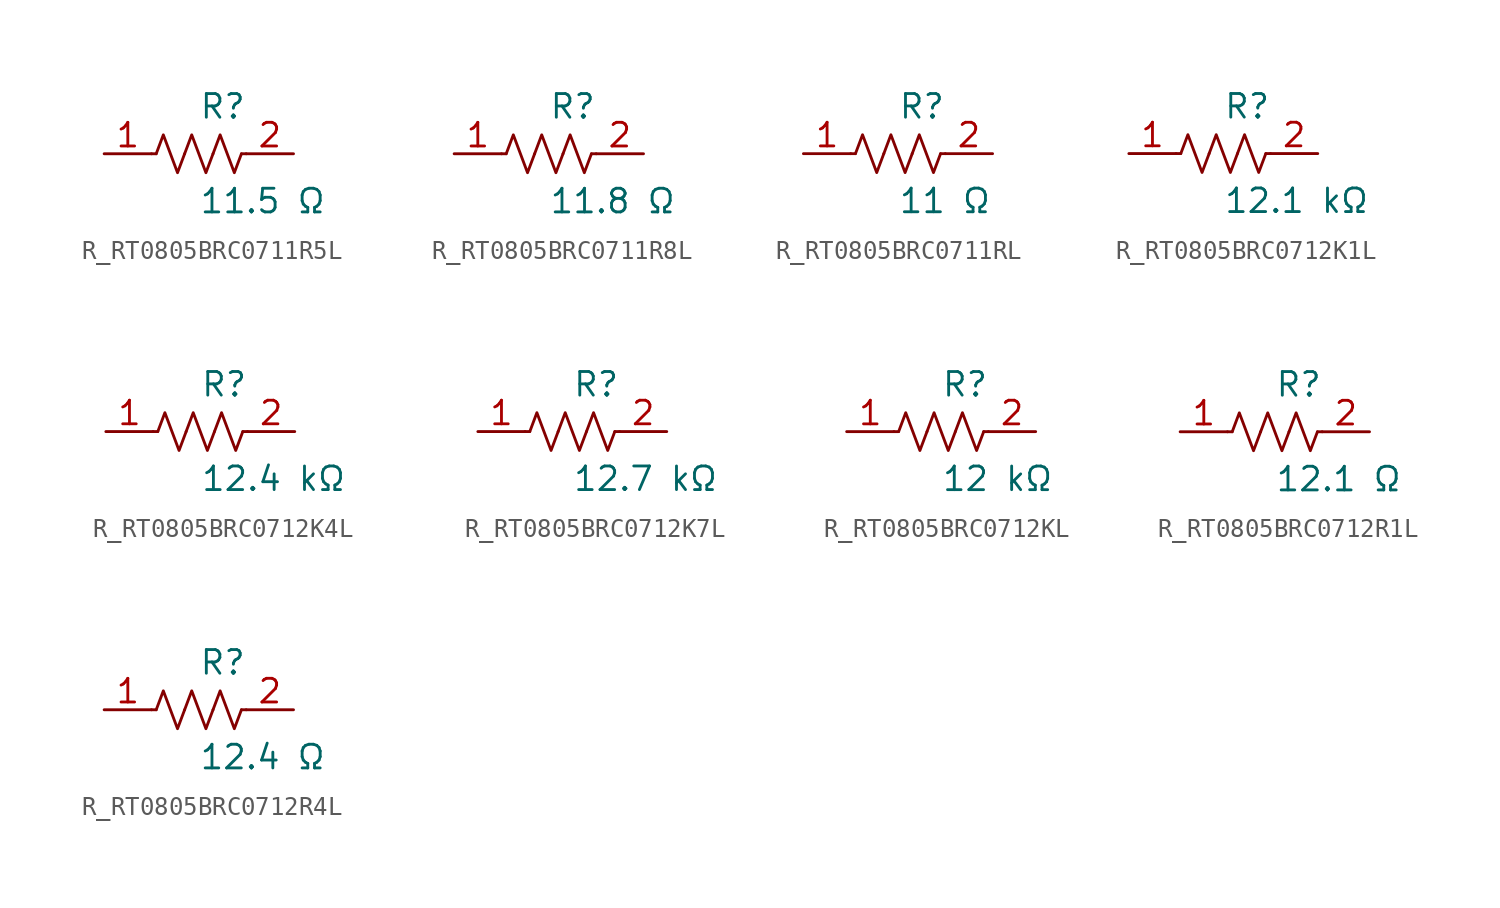
<source format=kicad_sym>
(kicad_symbol_lib
  (version 20231120)
  (generator kicad_symbol_editor)
  (generator_version 8.0)
  (symbol "R_RT0805BRC0711R5L"
    (pin_names
      (offset 0.254))
    (property "Reference" "R"
      (at 0 2.54 0)
      (effects (font (size 1.27 1.27)) (justify left)))
    (property "Value" "11.5 Ω"
      (at 0 -2.54 0)
      (effects (font (size 1.27 1.27)) (justify left)))
    (symbol "R_RT0805BRC0711R5L_0_1"
      (polyline (pts (xy 2.286 0) (xy 2.54 0)) (stroke (width 0) (type default)) (fill (type none)))
      (polyline (pts (xy -2.286 0) (xy -2.54 0)) (stroke (width 0) (type default)) (fill (type none)))
      (polyline (pts (xy 0.762 0) (xy 1.143 1.016) (xy 1.524 0) (xy 1.905 -1.016) (xy 2.286 0)) (stroke (width 0) (type default)) (fill (type none)))
      (polyline (pts (xy -0.762 0) (xy -0.381 1.016) (xy 0 0) (xy 0.381 -1.016) (xy 0.762 0)) (stroke (width 0) (type default)) (fill (type none)))
      (polyline (pts (xy -2.286 0) (xy -1.905 1.016) (xy -1.524 0) (xy -1.143 -1.016) (xy -0.762 0)) (stroke (width 0) (type default)) (fill (type none))))
    (pin unspecified line
      (at -5.08 0 0)
      (length 2.54)
      (name "" (effects (font (size 1.27 1.27))))
      (number "1" (effects (font (size 1.27 1.27)))))
    (pin unspecified line
      (at 5.08 0 180)
      (length 2.54)
      (name "" (effects (font (size 1.27 1.27))))
      (number "2" (effects (font (size 1.27 1.27))))))
  (symbol "R_RT0805BRC0711R8L"
    (pin_names
      (offset 0.254))
    (property "Reference" "R"
      (at 0 2.54 0)
      (effects (font (size 1.27 1.27)) (justify left)))
    (property "Value" "11.8 Ω"
      (at 0 -2.54 0)
      (effects (font (size 1.27 1.27)) (justify left)))
    (symbol "R_RT0805BRC0711R8L_0_1"
      (polyline (pts (xy 2.286 0) (xy 2.54 0)) (stroke (width 0) (type default)) (fill (type none)))
      (polyline (pts (xy -2.286 0) (xy -2.54 0)) (stroke (width 0) (type default)) (fill (type none)))
      (polyline (pts (xy 0.762 0) (xy 1.143 1.016) (xy 1.524 0) (xy 1.905 -1.016) (xy 2.286 0)) (stroke (width 0) (type default)) (fill (type none)))
      (polyline (pts (xy -0.762 0) (xy -0.381 1.016) (xy 0 0) (xy 0.381 -1.016) (xy 0.762 0)) (stroke (width 0) (type default)) (fill (type none)))
      (polyline (pts (xy -2.286 0) (xy -1.905 1.016) (xy -1.524 0) (xy -1.143 -1.016) (xy -0.762 0)) (stroke (width 0) (type default)) (fill (type none))))
    (pin unspecified line
      (at -5.08 0 0)
      (length 2.54)
      (name "" (effects (font (size 1.27 1.27))))
      (number "1" (effects (font (size 1.27 1.27)))))
    (pin unspecified line
      (at 5.08 0 180)
      (length 2.54)
      (name "" (effects (font (size 1.27 1.27))))
      (number "2" (effects (font (size 1.27 1.27))))))
  (symbol "R_RT0805BRC0711RL"
    (pin_names
      (offset 0.254))
    (property "Reference" "R"
      (at 0 2.54 0)
      (effects (font (size 1.27 1.27)) (justify left)))
    (property "Value" "11 Ω"
      (at 0 -2.54 0)
      (effects (font (size 1.27 1.27)) (justify left)))
    (symbol "R_RT0805BRC0711RL_0_1"
      (polyline (pts (xy 2.286 0) (xy 2.54 0)) (stroke (width 0) (type default)) (fill (type none)))
      (polyline (pts (xy -2.286 0) (xy -2.54 0)) (stroke (width 0) (type default)) (fill (type none)))
      (polyline (pts (xy 0.762 0) (xy 1.143 1.016) (xy 1.524 0) (xy 1.905 -1.016) (xy 2.286 0)) (stroke (width 0) (type default)) (fill (type none)))
      (polyline (pts (xy -0.762 0) (xy -0.381 1.016) (xy 0 0) (xy 0.381 -1.016) (xy 0.762 0)) (stroke (width 0) (type default)) (fill (type none)))
      (polyline (pts (xy -2.286 0) (xy -1.905 1.016) (xy -1.524 0) (xy -1.143 -1.016) (xy -0.762 0)) (stroke (width 0) (type default)) (fill (type none))))
    (pin unspecified line
      (at -5.08 0 0)
      (length 2.54)
      (name "" (effects (font (size 1.27 1.27))))
      (number "1" (effects (font (size 1.27 1.27)))))
    (pin unspecified line
      (at 5.08 0 180)
      (length 2.54)
      (name "" (effects (font (size 1.27 1.27))))
      (number "2" (effects (font (size 1.27 1.27))))))
  (symbol "R_RT0805BRC0712K1L"
    (pin_names
      (offset 0.254))
    (property "Reference" "R"
      (at 0 2.54 0)
      (effects (font (size 1.27 1.27)) (justify left)))
    (property "Value" "12.1 kΩ"
      (at 0 -2.54 0)
      (effects (font (size 1.27 1.27)) (justify left)))
    (symbol "R_RT0805BRC0712K1L_0_1"
      (polyline (pts (xy 2.286 0) (xy 2.54 0)) (stroke (width 0) (type default)) (fill (type none)))
      (polyline (pts (xy -2.286 0) (xy -2.54 0)) (stroke (width 0) (type default)) (fill (type none)))
      (polyline (pts (xy 0.762 0) (xy 1.143 1.016) (xy 1.524 0) (xy 1.905 -1.016) (xy 2.286 0)) (stroke (width 0) (type default)) (fill (type none)))
      (polyline (pts (xy -0.762 0) (xy -0.381 1.016) (xy 0 0) (xy 0.381 -1.016) (xy 0.762 0)) (stroke (width 0) (type default)) (fill (type none)))
      (polyline (pts (xy -2.286 0) (xy -1.905 1.016) (xy -1.524 0) (xy -1.143 -1.016) (xy -0.762 0)) (stroke (width 0) (type default)) (fill (type none))))
    (pin unspecified line
      (at -5.08 0 0)
      (length 2.54)
      (name "" (effects (font (size 1.27 1.27))))
      (number "1" (effects (font (size 1.27 1.27)))))
    (pin unspecified line
      (at 5.08 0 180)
      (length 2.54)
      (name "" (effects (font (size 1.27 1.27))))
      (number "2" (effects (font (size 1.27 1.27))))))
  (symbol "R_RT0805BRC0712K4L"
    (pin_names
      (offset 0.254))
    (property "Reference" "R"
      (at 0 2.54 0)
      (effects (font (size 1.27 1.27)) (justify left)))
    (property "Value" "12.4 kΩ"
      (at 0 -2.54 0)
      (effects (font (size 1.27 1.27)) (justify left)))
    (symbol "R_RT0805BRC0712K4L_0_1"
      (polyline (pts (xy 2.286 0) (xy 2.54 0)) (stroke (width 0) (type default)) (fill (type none)))
      (polyline (pts (xy -2.286 0) (xy -2.54 0)) (stroke (width 0) (type default)) (fill (type none)))
      (polyline (pts (xy 0.762 0) (xy 1.143 1.016) (xy 1.524 0) (xy 1.905 -1.016) (xy 2.286 0)) (stroke (width 0) (type default)) (fill (type none)))
      (polyline (pts (xy -0.762 0) (xy -0.381 1.016) (xy 0 0) (xy 0.381 -1.016) (xy 0.762 0)) (stroke (width 0) (type default)) (fill (type none)))
      (polyline (pts (xy -2.286 0) (xy -1.905 1.016) (xy -1.524 0) (xy -1.143 -1.016) (xy -0.762 0)) (stroke (width 0) (type default)) (fill (type none))))
    (pin unspecified line
      (at -5.08 0 0)
      (length 2.54)
      (name "" (effects (font (size 1.27 1.27))))
      (number "1" (effects (font (size 1.27 1.27)))))
    (pin unspecified line
      (at 5.08 0 180)
      (length 2.54)
      (name "" (effects (font (size 1.27 1.27))))
      (number "2" (effects (font (size 1.27 1.27))))))
  (symbol "R_RT0805BRC0712K7L"
    (pin_names
      (offset 0.254))
    (property "Reference" "R"
      (at 0 2.54 0)
      (effects (font (size 1.27 1.27)) (justify left)))
    (property "Value" "12.7 kΩ"
      (at 0 -2.54 0)
      (effects (font (size 1.27 1.27)) (justify left)))
    (symbol "R_RT0805BRC0712K7L_0_1"
      (polyline (pts (xy 2.286 0) (xy 2.54 0)) (stroke (width 0) (type default)) (fill (type none)))
      (polyline (pts (xy -2.286 0) (xy -2.54 0)) (stroke (width 0) (type default)) (fill (type none)))
      (polyline (pts (xy 0.762 0) (xy 1.143 1.016) (xy 1.524 0) (xy 1.905 -1.016) (xy 2.286 0)) (stroke (width 0) (type default)) (fill (type none)))
      (polyline (pts (xy -0.762 0) (xy -0.381 1.016) (xy 0 0) (xy 0.381 -1.016) (xy 0.762 0)) (stroke (width 0) (type default)) (fill (type none)))
      (polyline (pts (xy -2.286 0) (xy -1.905 1.016) (xy -1.524 0) (xy -1.143 -1.016) (xy -0.762 0)) (stroke (width 0) (type default)) (fill (type none))))
    (pin unspecified line
      (at -5.08 0 0)
      (length 2.54)
      (name "" (effects (font (size 1.27 1.27))))
      (number "1" (effects (font (size 1.27 1.27)))))
    (pin unspecified line
      (at 5.08 0 180)
      (length 2.54)
      (name "" (effects (font (size 1.27 1.27))))
      (number "2" (effects (font (size 1.27 1.27))))))
  (symbol "R_RT0805BRC0712KL"
    (pin_names
      (offset 0.254))
    (property "Reference" "R"
      (at 0 2.54 0)
      (effects (font (size 1.27 1.27)) (justify left)))
    (property "Value" "12 kΩ"
      (at 0 -2.54 0)
      (effects (font (size 1.27 1.27)) (justify left)))
    (symbol "R_RT0805BRC0712KL_0_1"
      (polyline (pts (xy 2.286 0) (xy 2.54 0)) (stroke (width 0) (type default)) (fill (type none)))
      (polyline (pts (xy -2.286 0) (xy -2.54 0)) (stroke (width 0) (type default)) (fill (type none)))
      (polyline (pts (xy 0.762 0) (xy 1.143 1.016) (xy 1.524 0) (xy 1.905 -1.016) (xy 2.286 0)) (stroke (width 0) (type default)) (fill (type none)))
      (polyline (pts (xy -0.762 0) (xy -0.381 1.016) (xy 0 0) (xy 0.381 -1.016) (xy 0.762 0)) (stroke (width 0) (type default)) (fill (type none)))
      (polyline (pts (xy -2.286 0) (xy -1.905 1.016) (xy -1.524 0) (xy -1.143 -1.016) (xy -0.762 0)) (stroke (width 0) (type default)) (fill (type none))))
    (pin unspecified line
      (at -5.08 0 0)
      (length 2.54)
      (name "" (effects (font (size 1.27 1.27))))
      (number "1" (effects (font (size 1.27 1.27)))))
    (pin unspecified line
      (at 5.08 0 180)
      (length 2.54)
      (name "" (effects (font (size 1.27 1.27))))
      (number "2" (effects (font (size 1.27 1.27))))))
  (symbol "R_RT0805BRC0712R1L"
    (pin_names
      (offset 0.254))
    (property "Reference" "R"
      (at 0 2.54 0)
      (effects (font (size 1.27 1.27)) (justify left)))
    (property "Value" "12.1 Ω"
      (at 0 -2.54 0)
      (effects (font (size 1.27 1.27)) (justify left)))
    (symbol "R_RT0805BRC0712R1L_0_1"
      (polyline (pts (xy 2.286 0) (xy 2.54 0)) (stroke (width 0) (type default)) (fill (type none)))
      (polyline (pts (xy -2.286 0) (xy -2.54 0)) (stroke (width 0) (type default)) (fill (type none)))
      (polyline (pts (xy 0.762 0) (xy 1.143 1.016) (xy 1.524 0) (xy 1.905 -1.016) (xy 2.286 0)) (stroke (width 0) (type default)) (fill (type none)))
      (polyline (pts (xy -0.762 0) (xy -0.381 1.016) (xy 0 0) (xy 0.381 -1.016) (xy 0.762 0)) (stroke (width 0) (type default)) (fill (type none)))
      (polyline (pts (xy -2.286 0) (xy -1.905 1.016) (xy -1.524 0) (xy -1.143 -1.016) (xy -0.762 0)) (stroke (width 0) (type default)) (fill (type none))))
    (pin unspecified line
      (at -5.08 0 0)
      (length 2.54)
      (name "" (effects (font (size 1.27 1.27))))
      (number "1" (effects (font (size 1.27 1.27)))))
    (pin unspecified line
      (at 5.08 0 180)
      (length 2.54)
      (name "" (effects (font (size 1.27 1.27))))
      (number "2" (effects (font (size 1.27 1.27))))))
  (symbol "R_RT0805BRC0712R4L"
    (pin_names
      (offset 0.254))
    (property "Reference" "R"
      (at 0 2.54 0)
      (effects (font (size 1.27 1.27)) (justify left)))
    (property "Value" "12.4 Ω"
      (at 0 -2.54 0)
      (effects (font (size 1.27 1.27)) (justify left)))
    (symbol "R_RT0805BRC0712R4L_0_1"
      (polyline (pts (xy 2.286 0) (xy 2.54 0)) (stroke (width 0) (type default)) (fill (type none)))
      (polyline (pts (xy -2.286 0) (xy -2.54 0)) (stroke (width 0) (type default)) (fill (type none)))
      (polyline (pts (xy 0.762 0) (xy 1.143 1.016) (xy 1.524 0) (xy 1.905 -1.016) (xy 2.286 0)) (stroke (width 0) (type default)) (fill (type none)))
      (polyline (pts (xy -0.762 0) (xy -0.381 1.016) (xy 0 0) (xy 0.381 -1.016) (xy 0.762 0)) (stroke (width 0) (type default)) (fill (type none)))
      (polyline (pts (xy -2.286 0) (xy -1.905 1.016) (xy -1.524 0) (xy -1.143 -1.016) (xy -0.762 0)) (stroke (width 0) (type default)) (fill (type none))))
    (pin unspecified line
      (at -5.08 0 0)
      (length 2.54)
      (name "" (effects (font (size 1.27 1.27))))
      (number "1" (effects (font (size 1.27 1.27)))))
    (pin unspecified line
      (at 5.08 0 180)
      (length 2.54)
      (name "" (effects (font (size 1.27 1.27))))
      (number "2" (effects (font (size 1.27 1.27)))))))
</source>
